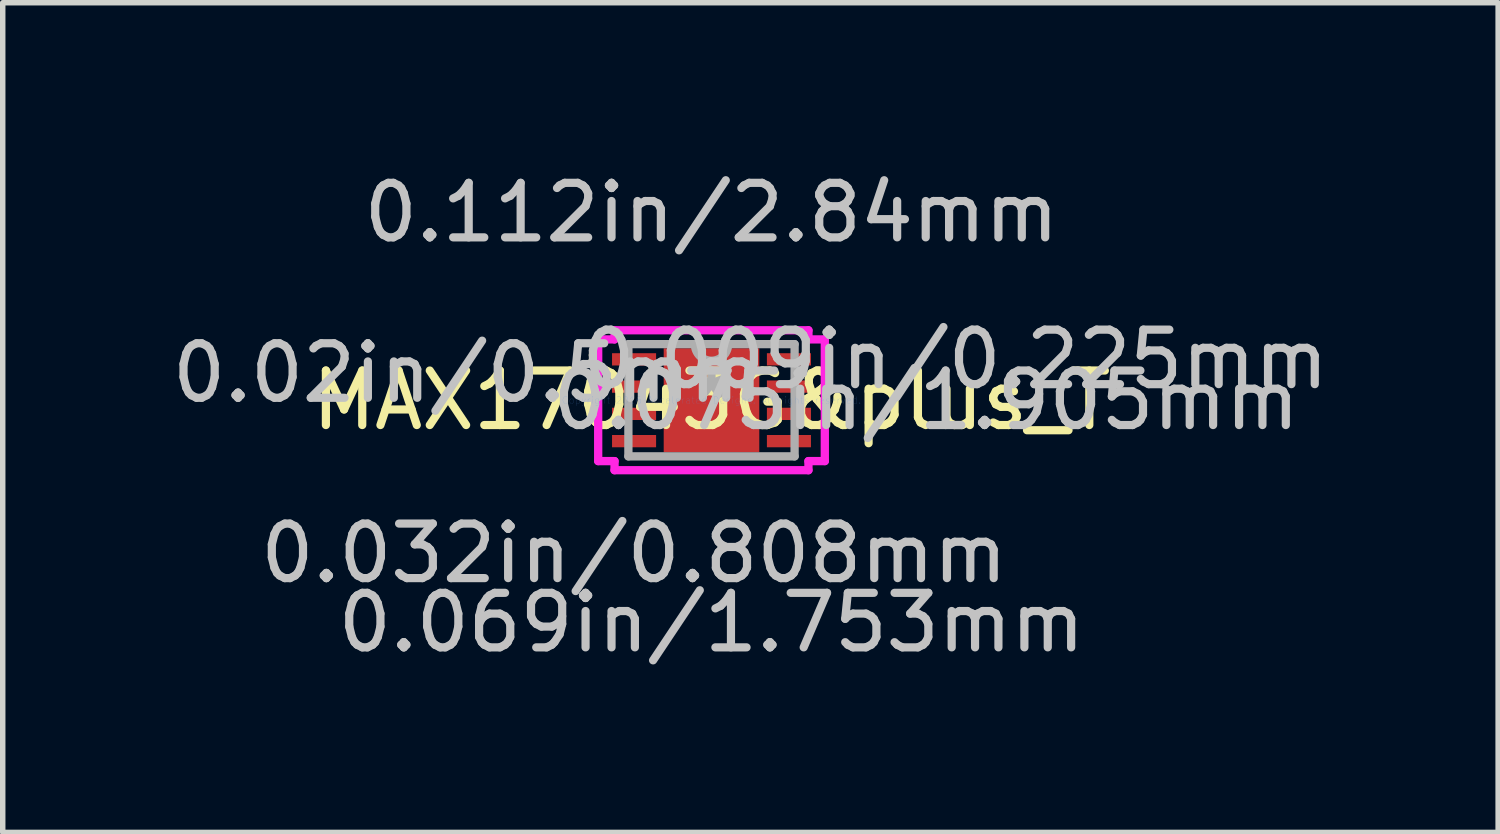
<source format=kicad_pcb>
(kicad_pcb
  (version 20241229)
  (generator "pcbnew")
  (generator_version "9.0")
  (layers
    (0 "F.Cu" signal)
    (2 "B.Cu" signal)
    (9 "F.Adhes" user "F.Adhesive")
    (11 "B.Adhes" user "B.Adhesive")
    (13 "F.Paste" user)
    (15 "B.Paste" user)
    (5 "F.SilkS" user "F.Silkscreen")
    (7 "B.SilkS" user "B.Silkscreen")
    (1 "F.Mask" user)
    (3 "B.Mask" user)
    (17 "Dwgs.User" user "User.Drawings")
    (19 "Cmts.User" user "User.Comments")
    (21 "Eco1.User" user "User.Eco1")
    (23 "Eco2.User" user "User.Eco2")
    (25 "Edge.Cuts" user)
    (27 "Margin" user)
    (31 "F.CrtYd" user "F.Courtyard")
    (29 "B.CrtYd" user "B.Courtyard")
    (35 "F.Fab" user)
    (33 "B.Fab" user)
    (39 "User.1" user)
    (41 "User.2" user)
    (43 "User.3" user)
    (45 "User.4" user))
  (footprint "MAX17043G&plus_T"
    (layer "F.Cu")
    (at 9.998 4.29)
    (property "Reference" "MAX17043G&plus_T" (at 0 0 0) (layer "F.SilkS") (effects (font (size 1 1) (thickness 0.15))))
    (attr through_hole)
    (fp_arc (start -2.175599 -0.8262) (mid -2.10177 -0.73114) (end -2.212145 -0.683136) (stroke (width 0.1524) (type solid)) (layer "F.SilkS"))
    (fp_line (start -0.876 -0.953) (end -0.876 0.953) (stroke (width 0.152) (type solid)) (layer "F.Paste"))
    (fp_line (start -0.876 0.953) (end 0.876 0.953) (stroke (width 0.152) (type solid)) (layer "F.Paste"))
    (fp_line (start 0.876 -0.953) (end -0.876 -0.953) (stroke (width 0.152) (type solid)) (layer "F.Paste"))
    (fp_line (start 0.876 0.953) (end 0.876 -0.953) (stroke (width 0.152) (type solid)) (layer "F.Paste"))
    (fp_line (start -2.078 -1.116) (end -1.778 -1.116) (stroke (width 0.152) (type solid)) (layer "F.CrtYd"))
    (fp_line (start -2.078 1.116) (end -2.078 -1.116) (stroke (width 0.152) (type solid)) (layer "F.CrtYd"))
    (fp_line (start -1.778 -1.283) (end 1.778 -1.283) (stroke (width 0.152) (type solid)) (layer "F.CrtYd"))
    (fp_line (start -1.778 -1.116) (end -1.778 -1.283) (stroke (width 0.152) (type solid)) (layer "F.CrtYd"))
    (fp_line (start -1.778 1.116) (end -2.078 1.116) (stroke (width 0.152) (type solid)) (layer "F.CrtYd"))
    (fp_line (start -1.778 1.283) (end -1.778 1.116) (stroke (width 0.152) (type solid)) (layer "F.CrtYd"))
    (fp_line (start 1.778 -1.283) (end 1.778 -1.116) (stroke (width 0.152) (type solid)) (layer "F.CrtYd"))
    (fp_line (start 1.778 -1.116) (end 2.078 -1.116) (stroke (width 0.152) (type solid)) (layer "F.CrtYd"))
    (fp_line (start 1.778 1.116) (end 1.778 1.283) (stroke (width 0.152) (type solid)) (layer "F.CrtYd"))
    (fp_line (start 1.778 1.283) (end -1.778 1.283) (stroke (width 0.152) (type solid)) (layer "F.CrtYd"))
    (fp_line (start 2.078 -1.116) (end 2.078 1.116) (stroke (width 0.152) (type solid)) (layer "F.CrtYd"))
    (fp_line (start 2.078 1.116) (end 1.778 1.116) (stroke (width 0.152) (type solid)) (layer "F.CrtYd"))
    (fp_line (start -1.524 -1.029) (end -1.524 1.029) (stroke (width 0.152) (type solid)) (layer "F.Fab"))
    (fp_line (start -1.524 1.029) (end 1.524 1.029) (stroke (width 0.152) (type solid)) (layer "F.Fab"))
    (fp_line (start 1.524 -1.029) (end -1.524 -1.029) (stroke (width 0.152) (type solid)) (layer "F.Fab"))
    (fp_line (start 1.524 1.029) (end 1.524 -1.029) (stroke (width 0.152) (type solid)) (layer "F.Fab"))
    (fp_arc (start 0.3048 -1.0287) (mid 0 -0.7239) (end -0.3048 -1.0287) (stroke (width 0.1524) (type solid)) (layer "F.Fab"))
    (fp_text user "*" (at 0 0 0) (layer "F.SilkS") (effects (font (size 1 1) (thickness 0.15))))
    (fp_text user "0.075in/1.905mm" (at 3.937 0 0) (layer "Dwgs.User") (effects (font (size 1 1) (thickness 0.15))))
    (fp_text user "0.02in/0.5mm" (at -4.468 -0.5 0) (layer "Dwgs.User") (effects (font (size 1 1) (thickness 0.15))))
    (fp_text user "0.112in/2.84mm" (at 0 -3.442 0) (layer "Dwgs.User") (effects (font (size 1 1) (thickness 0.15))))
    (fp_text user "0.032in/0.808mm" (at -1.42 2.807 0) (layer "Dwgs.User") (effects (font (size 1 1) (thickness 0.15))))
    (fp_text user "0.069in/1.753mm" (at 0 4.077 0) (layer "Dwgs.User") (effects (font (size 1 1) (thickness 0.15))))
    (fp_text user "0.009in/0.225mm" (at 4.468 -0.75 0) (layer "Dwgs.User") (effects (font (size 1 1) (thickness 0.15))))
    (fp_text user "Copyright 2016 Accelerated Designs. All rights reserved." (at 0 0 0) (layer "Cmts.User") (effects (font (size 0.127 0.127) (thickness 0.002))))
    (fp_text user "*" (at 0 0 0) (layer "F.Fab") (effects (font (size 1 1) (thickness 0.15))))
    (pad "1" smd rect (at -1.42 -0.75) (size 0.808 0.225) (layers "F.Cu" "F.Mask" "F.Paste"))
    (pad "2" smd rect (at -1.42 -0.25) (size 0.808 0.225) (layers "F.Cu" "F.Mask" "F.Paste"))
    (pad "3" smd rect (at -1.42 0.25) (size 0.808 0.225) (layers "F.Cu" "F.Mask" "F.Paste"))
    (pad "4" smd rect (at -1.42 0.75) (size 0.808 0.225) (layers "F.Cu" "F.Mask" "F.Paste"))
    (pad "5" smd rect (at 1.42 0.75) (size 0.808 0.225) (layers "F.Cu" "F.Mask" "F.Paste"))
    (pad "6" smd rect (at 1.42 0.25) (size 0.808 0.225) (layers "F.Cu" "F.Mask" "F.Paste"))
    (pad "7" smd rect (at 1.42 -0.25) (size 0.808 0.225) (layers "F.Cu" "F.Mask" "F.Paste"))
    (pad "8" smd rect (at 1.42 -0.75) (size 0.808 0.225) (layers "F.Cu" "F.Mask" "F.Paste"))
    (pad "9" smd rect (at 0 0) (size 1.753 1.905) (layers "F.Cu" "F.Mask" "F.Paste")))
  (gr_rect
    (start -3 -3)
    (end 24.424 12.215)
    (stroke (width 0.1) (type default))
    (fill no)
    (layer "Edge.Cuts")))
</source>
